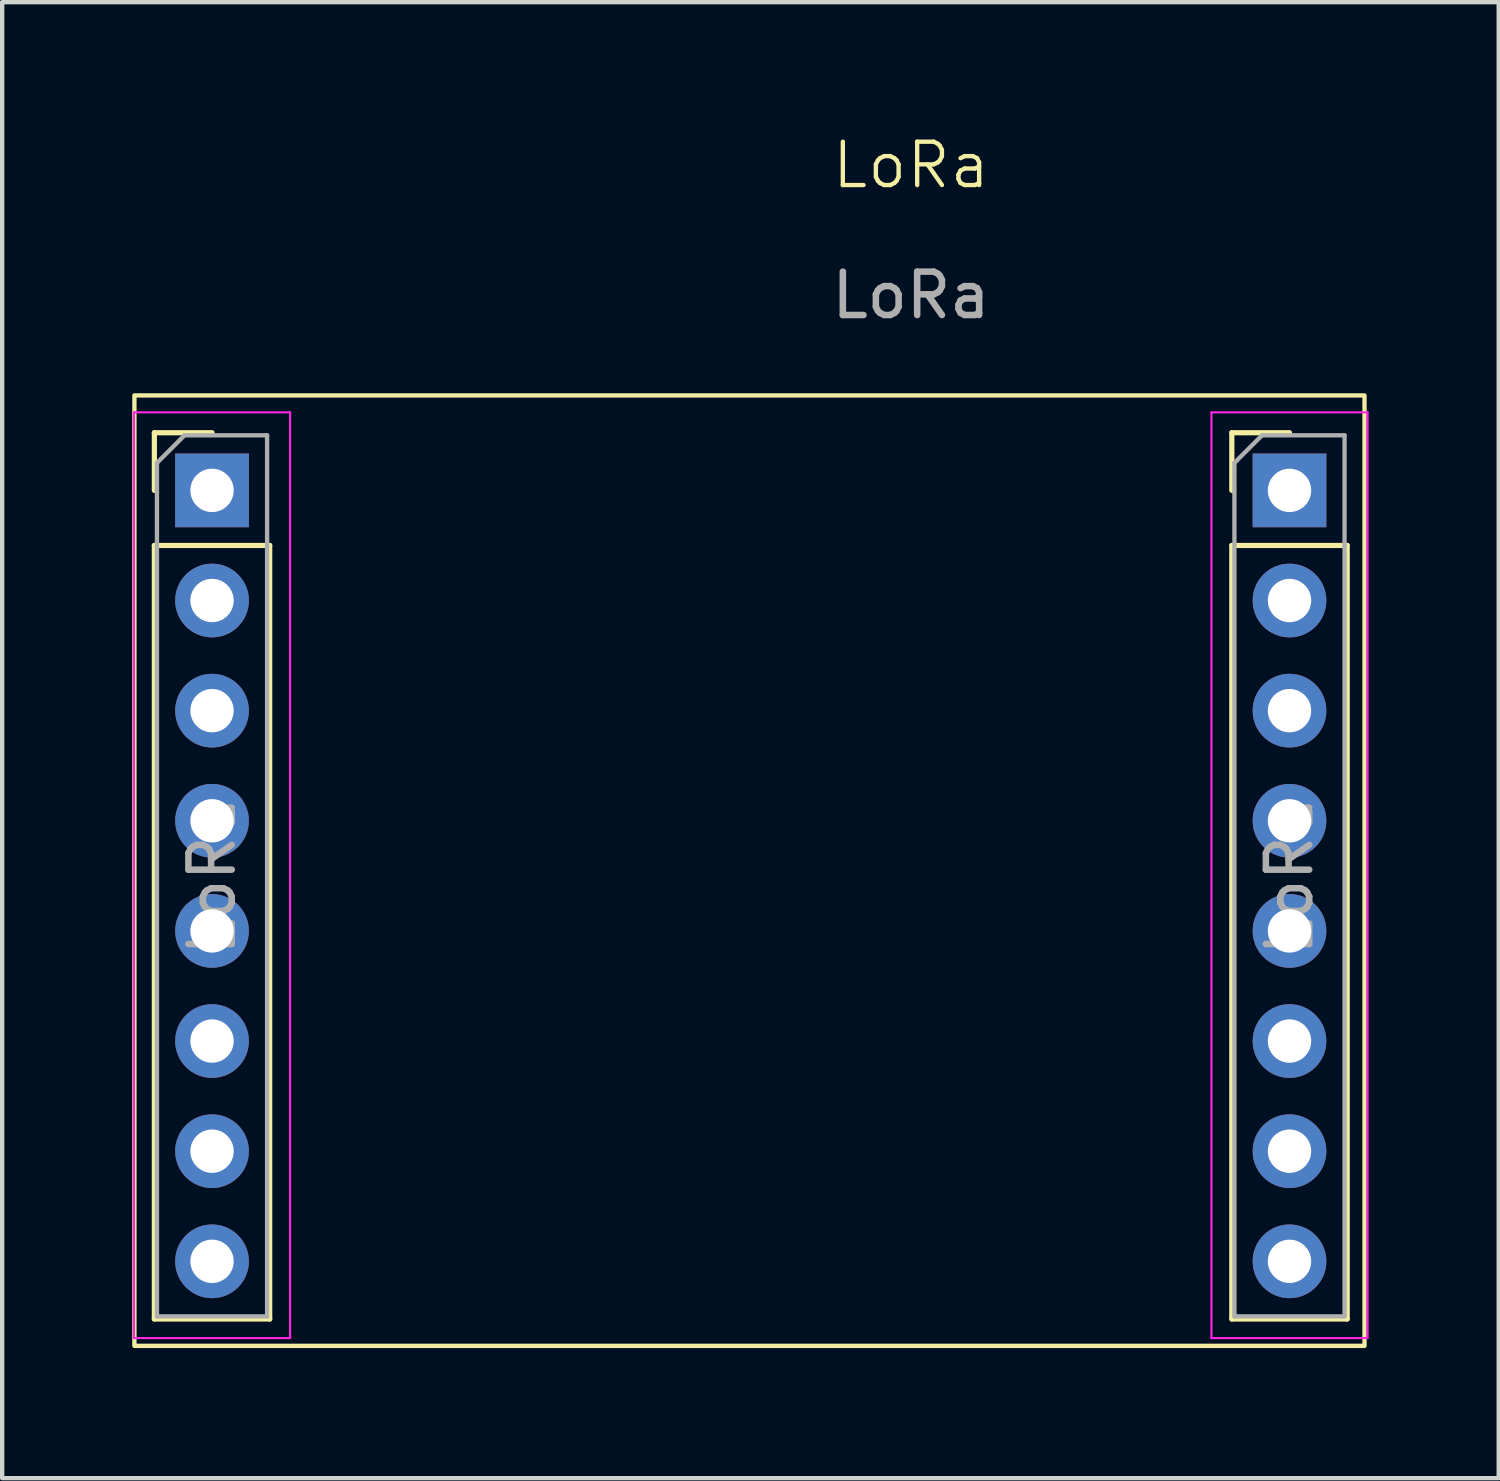
<source format=kicad_pcb>
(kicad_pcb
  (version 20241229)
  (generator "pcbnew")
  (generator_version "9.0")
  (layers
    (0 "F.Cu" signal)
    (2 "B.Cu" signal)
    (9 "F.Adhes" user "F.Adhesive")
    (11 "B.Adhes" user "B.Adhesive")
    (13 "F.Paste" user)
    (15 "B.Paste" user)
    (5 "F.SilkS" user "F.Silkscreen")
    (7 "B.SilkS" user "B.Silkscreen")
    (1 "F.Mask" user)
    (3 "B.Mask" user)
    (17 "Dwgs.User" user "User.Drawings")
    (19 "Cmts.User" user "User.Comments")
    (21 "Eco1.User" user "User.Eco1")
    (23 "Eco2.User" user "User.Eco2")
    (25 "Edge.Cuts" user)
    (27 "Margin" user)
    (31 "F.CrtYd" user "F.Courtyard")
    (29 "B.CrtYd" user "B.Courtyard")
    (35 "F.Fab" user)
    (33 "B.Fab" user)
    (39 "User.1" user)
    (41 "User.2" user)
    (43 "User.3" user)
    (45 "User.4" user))
  (footprint "LoRa"
    (layer "F.Cu")
    (at 17.96 1.26)
    (property "Reference" "LoRa" (at 0 -0.5 0) (unlocked yes) (layer "F.SilkS") (effects (font (size 1 1) (thickness 0.1))))
    (attr through_hole)
    (fp_line (start -17.45 5.67) (end -16.12 5.67) (stroke (width 0.12) (type solid)) (layer "F.SilkS"))
    (fp_line (start -17.45 7) (end -17.45 5.67) (stroke (width 0.12) (type solid)) (layer "F.SilkS"))
    (fp_line (start -17.45 8.27) (end -17.45 26.11) (stroke (width 0.12) (type solid)) (layer "F.SilkS"))
    (fp_line (start -17.45 8.27) (end -14.79 8.27) (stroke (width 0.12) (type solid)) (layer "F.SilkS"))
    (fp_line (start -17.45 26.11) (end -14.79 26.11) (stroke (width 0.12) (type solid)) (layer "F.SilkS"))
    (fp_line (start -14.79 8.27) (end -14.79 26.11) (stroke (width 0.12) (type solid)) (layer "F.SilkS"))
    (fp_line (start 7.4 5.67) (end 8.73 5.67) (stroke (width 0.12) (type solid)) (layer "F.SilkS"))
    (fp_line (start 7.4 7) (end 7.4 5.67) (stroke (width 0.12) (type solid)) (layer "F.SilkS"))
    (fp_line (start 7.4 8.27) (end 7.4 26.11) (stroke (width 0.12) (type solid)) (layer "F.SilkS"))
    (fp_line (start 7.4 8.27) (end 10.06 8.27) (stroke (width 0.12) (type solid)) (layer "F.SilkS"))
    (fp_line (start 7.4 26.11) (end 10.06 26.11) (stroke (width 0.12) (type solid)) (layer "F.SilkS"))
    (fp_line (start 10.06 8.27) (end 10.06 26.11) (stroke (width 0.12) (type solid)) (layer "F.SilkS"))
    (fp_rect (start -17.91 4.81) (end 10.46 26.73) (stroke (width 0.1) (type solid)) (fill no) (layer "F.SilkS"))
    (fp_line (start -17.92 5.2) (end -17.92 26.55) (stroke (width 0.05) (type solid)) (layer "F.CrtYd"))
    (fp_line (start -17.92 26.55) (end -14.32 26.55) (stroke (width 0.05) (type solid)) (layer "F.CrtYd"))
    (fp_line (start -14.32 5.2) (end -17.92 5.2) (stroke (width 0.05) (type solid)) (layer "F.CrtYd"))
    (fp_line (start -14.32 26.55) (end -14.32 5.2) (stroke (width 0.05) (type solid)) (layer "F.CrtYd"))
    (fp_line (start 6.93 5.2) (end 6.93 26.55) (stroke (width 0.05) (type solid)) (layer "F.CrtYd"))
    (fp_line (start 6.93 26.55) (end 10.53 26.55) (stroke (width 0.05) (type solid)) (layer "F.CrtYd"))
    (fp_line (start 10.53 5.2) (end 6.93 5.2) (stroke (width 0.05) (type solid)) (layer "F.CrtYd"))
    (fp_line (start 10.53 26.55) (end 10.53 5.2) (stroke (width 0.05) (type solid)) (layer "F.CrtYd"))
    (fp_line (start -17.39 6.365) (end -16.755 5.73) (stroke (width 0.1) (type solid)) (layer "F.Fab"))
    (fp_line (start -17.39 26.05) (end -17.39 6.365) (stroke (width 0.1) (type solid)) (layer "F.Fab"))
    (fp_line (start -16.755 5.73) (end -14.85 5.73) (stroke (width 0.1) (type solid)) (layer "F.Fab"))
    (fp_line (start -14.85 5.73) (end -14.85 26.05) (stroke (width 0.1) (type solid)) (layer "F.Fab"))
    (fp_line (start -14.85 26.05) (end -17.39 26.05) (stroke (width 0.1) (type solid)) (layer "F.Fab"))
    (fp_line (start 7.46 6.365) (end 8.095 5.73) (stroke (width 0.1) (type solid)) (layer "F.Fab"))
    (fp_line (start 7.46 26.05) (end 7.46 6.365) (stroke (width 0.1) (type solid)) (layer "F.Fab"))
    (fp_line (start 8.095 5.73) (end 10 5.73) (stroke (width 0.1) (type solid)) (layer "F.Fab"))
    (fp_line (start 10 5.73) (end 10 26.05) (stroke (width 0.1) (type solid)) (layer "F.Fab"))
    (fp_line (start 10 26.05) (end 7.46 26.05) (stroke (width 0.1) (type solid)) (layer "F.Fab"))
    (fp_text user "${REFERENCE}" (at -16.12 15.89 90) (layer "F.Fab") (effects (font (size 1 1) (thickness 0.15))))
    (fp_text user "${REFERENCE}" (at 0 2.5 0) (unlocked yes) (layer "F.Fab") (effects (font (size 1 1) (thickness 0.15))))
    (fp_text user "${REFERENCE}" (at 8.73 15.89 90) (layer "F.Fab") (effects (font (size 1 1) (thickness 0.15))))
    (pad "3.3V" thru_hole oval (at -16.12 12.08) (size 1.7 1.7) (drill 1) (layers "*.Cu" "*.Mask"))
    (pad "DIO0" thru_hole oval (at -16.12 17.16) (size 1.7 1.7) (drill 1) (layers "*.Cu" "*.Mask"))
    (pad "DIO1" thru_hole oval (at -16.12 19.7) (size 1.7 1.7) (drill 1) (layers "*.Cu" "*.Mask"))
    (pad "DIO2" thru_hole oval (at -16.12 22.24) (size 1.7 1.7) (drill 1) (layers "*.Cu" "*.Mask"))
    (pad "DIO3" thru_hole oval (at -16.12 24.78) (size 1.7 1.7) (drill 1) (layers "*.Cu" "*.Mask"))
    (pad "DIO104" thru_hole oval (at 8.73 22.24) (size 1.7 1.7) (drill 1) (layers "*.Cu" "*.Mask"))
    (pad "DIO105" thru_hole oval (at 8.73 19.7) (size 1.7 1.7) (drill 1) (layers "*.Cu" "*.Mask"))
    (pad "GND1" thru_hole rect (at -16.12 7) (size 1.7 1.7) (drill 1) (layers "*.Cu" "*.Mask"))
    (pad "GND2" thru_hole oval (at -16.12 9.54) (size 1.7 1.7) (drill 1) (layers "*.Cu" "*.Mask"))
    (pad "GND3" thru_hole rect (at 8.73 7) (size 1.7 1.7) (drill 1) (layers "*.Cu" "*.Mask"))
    (pad "GND4" thru_hole oval (at 8.73 24.78) (size 1.7 1.7) (drill 1) (layers "*.Cu" "*.Mask"))
    (pad "MISO" thru_hole oval (at 8.73 14.62) (size 1.7 1.7) (drill 1) (layers "*.Cu" "*.Mask"))
    (pad "MOSI" thru_hole oval (at 8.73 12.08) (size 1.7 1.7) (drill 1) (layers "*.Cu" "*.Mask"))
    (pad "NSS" thru_hole oval (at 8.73 9.54) (size 1.7 1.7) (drill 1) (layers "*.Cu" "*.Mask"))
    (pad "RST" thru_hole oval (at -16.12 14.62) (size 1.7 1.7) (drill 1) (layers "*.Cu" "*.Mask"))
    (pad "SCK" thru_hole oval (at 8.73 17.16) (size 1.7 1.7) (drill 1) (layers "*.Cu" "*.Mask")))
  (gr_rect
    (start -3 -3)
    (end 31.515 31.041)
    (stroke (width 0.1) (type default))
    (fill no)
    (layer "Edge.Cuts")))
</source>
